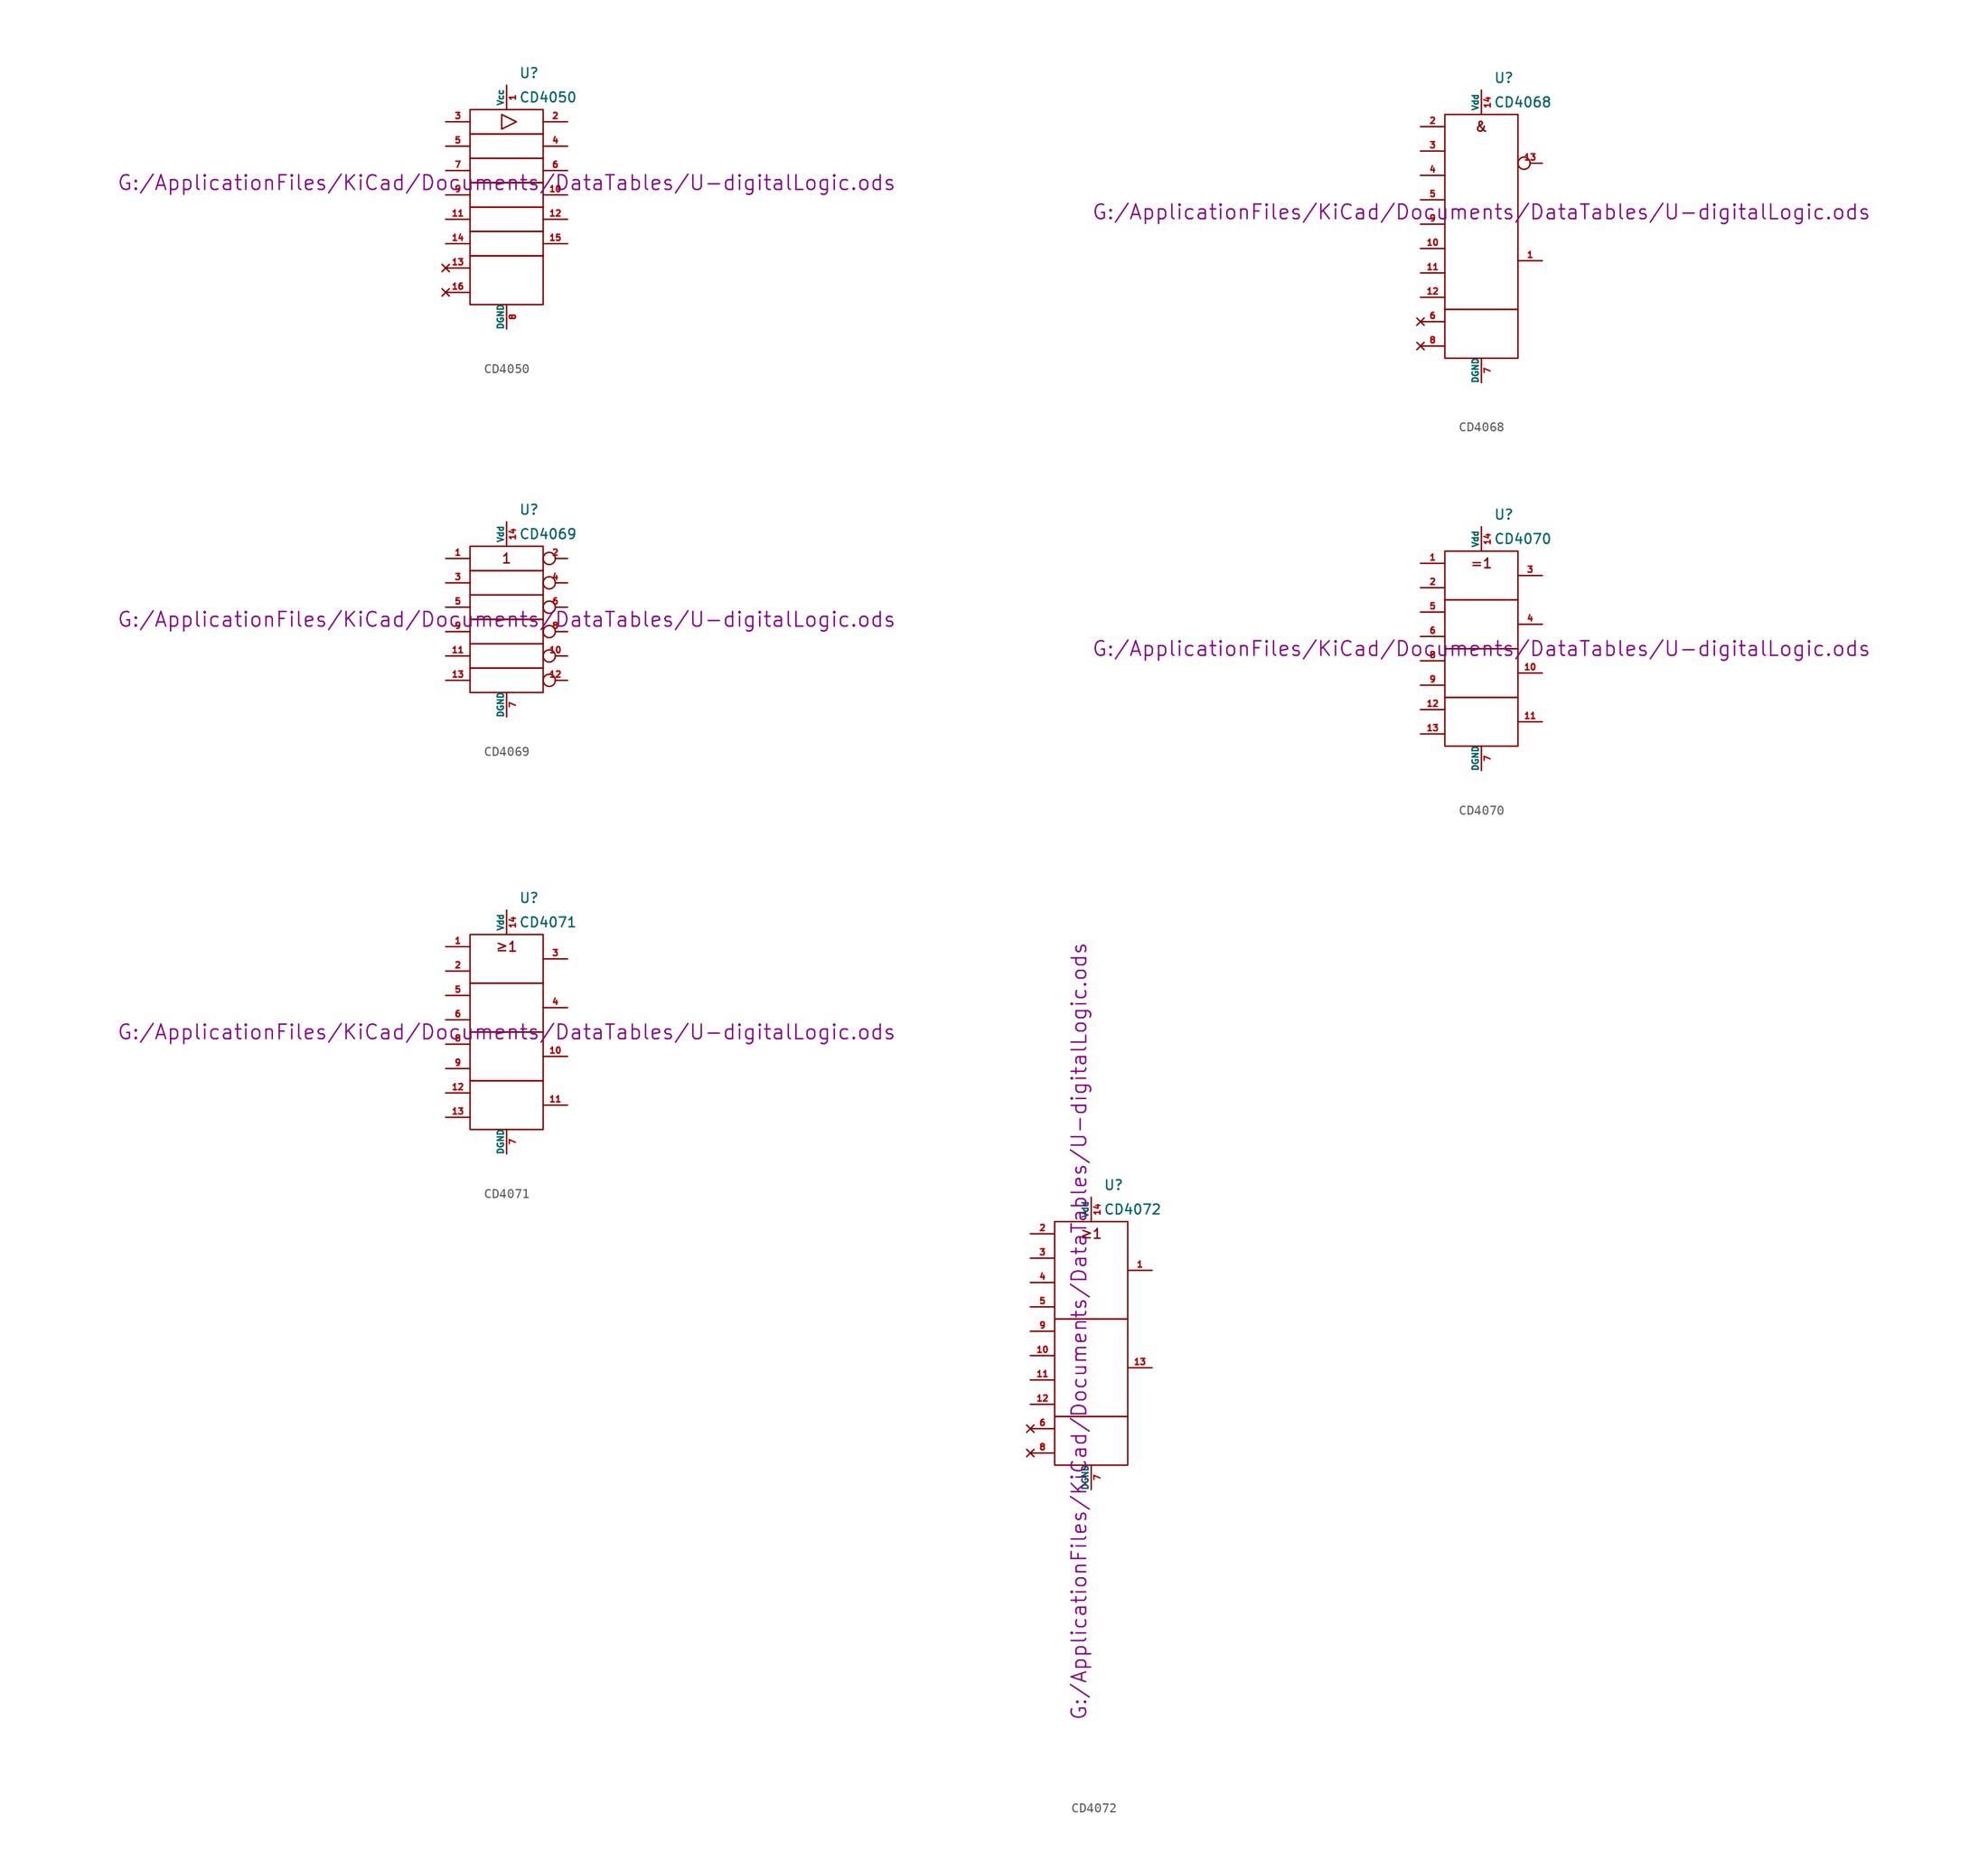
<source format=kicad_sym>
(kicad_symbol_lib
  (version 20211014)
  (generator kicad_symbol_editor)
  (symbol "CD4050"
    (pin_names
      (offset 0))
    (property "Reference" "U"
      (at 1.27 13.97 0)
      (effects (font (size 1.016 1.016)) (justify left)))
    (property "Value" "CD4050"
      (at 1.27 11.43 0)
      (effects (font (size 1.016 1.016)) (justify left)))
    (property "Footprint" ""
      (at 0 2.54 0)
      (effects (font (size 1.524 1.524))))
    (property "Datasheet" "G:/ApplicationFiles/KiCad/Documents/DataTables/U-digitalLogic.ods"
      (at 0 2.54 0)
      (effects (font (size 1.524 1.524))))
    (symbol "CD4050_0_0"
      (polyline (pts (xy -0.508 9.652) (xy -0.508 8.128) (xy 1.016 8.89) (xy -0.508 9.652)) (stroke (width 0) (type default) (color 0 0 0 0)) (fill (type none))))
    (symbol "CD4050_0_1"
      (rectangle (start -3.81 -10.16) (end 3.81 -5.08) (stroke (width 0) (type default) (color 0 0 0 0)) (fill (type none)))
      (rectangle (start -3.81 -2.54) (end 3.81 -5.08) (stroke (width 0) (type default) (color 0 0 0 0)) (fill (type none)))
      (rectangle (start -3.81 0) (end 3.81 -2.54) (stroke (width 0) (type default) (color 0 0 0 0)) (fill (type none)))
      (rectangle (start -3.81 2.54) (end 3.81 0) (stroke (width 0) (type default) (color 0 0 0 0)) (fill (type none)))
      (rectangle (start -3.81 5.08) (end 3.81 2.54) (stroke (width 0) (type default) (color 0 0 0 0)) (fill (type none)))
      (rectangle (start -3.81 7.62) (end 3.81 5.08) (stroke (width 0) (type default) (color 0 0 0 0)) (fill (type none)))
      (rectangle (start -3.81 10.16) (end 3.81 7.62) (stroke (width 0) (type default) (color 0 0 0 0)) (fill (type none))))
    (symbol "CD4050_1_1"
      (pin power_in line (at 0 12.7 270) (length 2.54) (name "Vcc" (effects (font (size 0.635 0.635)))) (number "1" (effects (font (size 0.635 0.635)))))
      (pin output line (at 6.35 1.27 180) (length 2.54) (name "~" (effects (font (size 0.635 0.635)))) (number "10" (effects (font (size 0.635 0.635)))))
      (pin input line (at -6.35 -1.27 0) (length 2.54) (name "~" (effects (font (size 0.635 0.635)))) (number "11" (effects (font (size 0.635 0.635)))))
      (pin output line (at 6.35 -1.27 180) (length 2.54) (name "~" (effects (font (size 0.635 0.635)))) (number "12" (effects (font (size 0.635 0.635)))))
      (pin no_connect line (at -6.35 -6.35 0) (length 2.54) (name "~" (effects (font (size 0.635 0.635)))) (number "13" (effects (font (size 0.635 0.635)))))
      (pin input line (at -6.35 -3.81 0) (length 2.54) (name "~" (effects (font (size 0.635 0.635)))) (number "14" (effects (font (size 0.635 0.635)))))
      (pin output line (at 6.35 -3.81 180) (length 2.54) (name "~" (effects (font (size 0.635 0.635)))) (number "15" (effects (font (size 0.635 0.635)))))
      (pin no_connect line (at -6.35 -8.89 0) (length 2.54) (name "~" (effects (font (size 0.635 0.635)))) (number "16" (effects (font (size 0.635 0.635)))))
      (pin output line (at 6.35 8.89 180) (length 2.54) (name "~" (effects (font (size 0.635 0.635)))) (number "2" (effects (font (size 0.635 0.635)))))
      (pin input line (at -6.35 8.89 0) (length 2.54) (name "~" (effects (font (size 0.635 0.635)))) (number "3" (effects (font (size 0.635 0.635)))))
      (pin output line (at 6.35 6.35 180) (length 2.54) (name "~" (effects (font (size 0.635 0.635)))) (number "4" (effects (font (size 0.635 0.635)))))
      (pin input line (at -6.35 6.35 0) (length 2.54) (name "~" (effects (font (size 0.635 0.635)))) (number "5" (effects (font (size 0.635 0.635)))))
      (pin output line (at 6.35 3.81 180) (length 2.54) (name "~" (effects (font (size 0.635 0.635)))) (number "6" (effects (font (size 0.635 0.635)))))
      (pin input line (at -6.35 3.81 0) (length 2.54) (name "~" (effects (font (size 0.635 0.635)))) (number "7" (effects (font (size 0.635 0.635)))))
      (pin power_in line (at 0 -12.7 90) (length 2.54) (name "DGND" (effects (font (size 0.635 0.635)))) (number "8" (effects (font (size 0.635 0.635)))))
      (pin input line (at -6.35 1.27 0) (length 2.54) (name "~" (effects (font (size 0.635 0.635)))) (number "9" (effects (font (size 0.635 0.635)))))))
  (symbol "CD4068"
    (pin_names
      (offset 0))
    (property "Reference" "U"
      (at 1.27 16.51 0)
      (effects (font (size 1.016 1.016)) (justify left)))
    (property "Value" "CD4068"
      (at 1.27 13.97 0)
      (effects (font (size 1.016 1.016)) (justify left)))
    (property "Footprint" ""
      (at 0 2.54 0)
      (effects (font (size 1.524 1.524))))
    (property "Datasheet" "G:/ApplicationFiles/KiCad/Documents/DataTables/U-digitalLogic.ods"
      (at 0 2.54 0)
      (effects (font (size 1.524 1.524))))
    (symbol "CD4068_0_0"
      (text "&" (at 0 11.43 0) (effects (font (size 1.016 1.016)))))
    (symbol "CD4068_0_1"
      (rectangle (start -3.81 -7.62) (end 3.81 -12.7) (stroke (width 0) (type default) (color 0 0 0 0)) (fill (type none)))
      (rectangle (start -3.81 12.7) (end 3.81 -7.62) (stroke (width 0) (type default) (color 0 0 0 0)) (fill (type none))))
    (symbol "CD4068_1_1"
      (pin input line (at 6.35 -2.54 180) (length 2.54) (name "~" (effects (font (size 0.635 0.635)))) (number "1" (effects (font (size 0.635 0.635)))))
      (pin input line (at -6.35 -1.27 0) (length 2.54) (name "~" (effects (font (size 0.635 0.635)))) (number "10" (effects (font (size 0.635 0.635)))))
      (pin input line (at -6.35 -3.81 0) (length 2.54) (name "~" (effects (font (size 0.635 0.635)))) (number "11" (effects (font (size 0.635 0.635)))))
      (pin input line (at -6.35 -6.35 0) (length 2.54) (name "~" (effects (font (size 0.635 0.635)))) (number "12" (effects (font (size 0.635 0.635)))))
      (pin input inverted (at 6.35 7.62 180) (length 2.54) (name "~" (effects (font (size 0.635 0.635)))) (number "13" (effects (font (size 0.635 0.635)))))
      (pin power_in line (at 0 15.24 270) (length 2.54) (name "Vdd" (effects (font (size 0.635 0.635)))) (number "14" (effects (font (size 0.635 0.635)))))
      (pin input line (at -6.35 11.43 0) (length 2.54) (name "~" (effects (font (size 0.635 0.635)))) (number "2" (effects (font (size 0.635 0.635)))))
      (pin input line (at -6.35 8.89 0) (length 2.54) (name "~" (effects (font (size 0.635 0.635)))) (number "3" (effects (font (size 0.635 0.635)))))
      (pin input line (at -6.35 6.35 0) (length 2.54) (name "~" (effects (font (size 0.635 0.635)))) (number "4" (effects (font (size 0.635 0.635)))))
      (pin input line (at -6.35 3.81 0) (length 2.54) (name "~" (effects (font (size 0.635 0.635)))) (number "5" (effects (font (size 0.635 0.635)))))
      (pin no_connect line (at -6.35 -8.89 0) (length 2.54) (name "~" (effects (font (size 0.635 0.635)))) (number "6" (effects (font (size 0.635 0.635)))))
      (pin power_in line (at 0 -15.24 90) (length 2.54) (name "DGND" (effects (font (size 0.635 0.635)))) (number "7" (effects (font (size 0.635 0.635)))))
      (pin no_connect line (at -6.35 -11.43 0) (length 2.54) (name "~" (effects (font (size 0.635 0.635)))) (number "8" (effects (font (size 0.635 0.635)))))
      (pin input line (at -6.35 1.27 0) (length 2.54) (name "~" (effects (font (size 0.635 0.635)))) (number "9" (effects (font (size 0.635 0.635)))))))
  (symbol "CD4069"
    (pin_names
      (offset 0))
    (property "Reference" "U"
      (at 1.27 11.43 0)
      (effects (font (size 1.016 1.016)) (justify left)))
    (property "Value" "CD4069"
      (at 1.27 8.89 0)
      (effects (font (size 1.016 1.016)) (justify left)))
    (property "Footprint" ""
      (at 0 0 0)
      (effects (font (size 1.524 1.524))))
    (property "Datasheet" "G:/ApplicationFiles/KiCad/Documents/DataTables/U-digitalLogic.ods"
      (at 0 0 0)
      (effects (font (size 1.524 1.524))))
    (symbol "CD4069_0_0"
      (text "1" (at 0 6.35 0) (effects (font (size 1.016 1.016)))))
    (symbol "CD4069_0_1"
      (rectangle (start -3.81 -5.08) (end 3.81 -7.62) (stroke (width 0) (type default) (color 0 0 0 0)) (fill (type none)))
      (rectangle (start -3.81 -2.54) (end 3.81 -5.08) (stroke (width 0) (type default) (color 0 0 0 0)) (fill (type none)))
      (rectangle (start -3.81 0) (end 3.81 -2.54) (stroke (width 0) (type default) (color 0 0 0 0)) (fill (type none)))
      (rectangle (start -3.81 2.54) (end 3.81 0) (stroke (width 0) (type default) (color 0 0 0 0)) (fill (type none)))
      (rectangle (start -3.81 5.08) (end 3.81 2.54) (stroke (width 0) (type default) (color 0 0 0 0)) (fill (type none)))
      (rectangle (start -3.81 7.62) (end 3.81 5.08) (stroke (width 0) (type default) (color 0 0 0 0)) (fill (type none))))
    (symbol "CD4069_1_1"
      (pin input line (at -6.35 6.35 0) (length 2.54) (name "~" (effects (font (size 0.635 0.635)))) (number "1" (effects (font (size 0.635 0.635)))))
      (pin output inverted (at 6.35 -3.81 180) (length 2.54) (name "~" (effects (font (size 0.635 0.635)))) (number "10" (effects (font (size 0.635 0.635)))))
      (pin input line (at -6.35 -3.81 0) (length 2.54) (name "~" (effects (font (size 0.635 0.635)))) (number "11" (effects (font (size 0.635 0.635)))))
      (pin output inverted (at 6.35 -6.35 180) (length 2.54) (name "~" (effects (font (size 0.635 0.635)))) (number "12" (effects (font (size 0.635 0.635)))))
      (pin input line (at -6.35 -6.35 0) (length 2.54) (name "~" (effects (font (size 0.635 0.635)))) (number "13" (effects (font (size 0.635 0.635)))))
      (pin power_in line (at 0 10.16 270) (length 2.54) (name "Vdd" (effects (font (size 0.635 0.635)))) (number "14" (effects (font (size 0.635 0.635)))))
      (pin output inverted (at 6.35 6.35 180) (length 2.54) (name "~" (effects (font (size 0.635 0.635)))) (number "2" (effects (font (size 0.635 0.635)))))
      (pin input line (at -6.35 3.81 0) (length 2.54) (name "~" (effects (font (size 0.635 0.635)))) (number "3" (effects (font (size 0.635 0.635)))))
      (pin output inverted (at 6.35 3.81 180) (length 2.54) (name "~" (effects (font (size 0.635 0.635)))) (number "4" (effects (font (size 0.635 0.635)))))
      (pin input line (at -6.35 1.27 0) (length 2.54) (name "~" (effects (font (size 0.635 0.635)))) (number "5" (effects (font (size 0.635 0.635)))))
      (pin output inverted (at 6.35 1.27 180) (length 2.54) (name "~" (effects (font (size 0.635 0.635)))) (number "6" (effects (font (size 0.635 0.635)))))
      (pin power_in line (at 0 -10.16 90) (length 2.54) (name "DGND" (effects (font (size 0.635 0.635)))) (number "7" (effects (font (size 0.635 0.635)))))
      (pin output inverted (at 6.35 -1.27 180) (length 2.54) (name "~" (effects (font (size 0.635 0.635)))) (number "8" (effects (font (size 0.635 0.635)))))
      (pin input line (at -6.35 -1.27 0) (length 2.54) (name "~" (effects (font (size 0.635 0.635)))) (number "9" (effects (font (size 0.635 0.635)))))))
  (symbol "CD4070"
    (pin_names
      (offset 0))
    (property "Reference" "U"
      (at 1.27 13.97 0)
      (effects (font (size 1.016 1.016)) (justify left)))
    (property "Value" "CD4070"
      (at 1.27 11.43 0)
      (effects (font (size 1.016 1.016)) (justify left)))
    (property "Footprint" ""
      (at 0 0 0)
      (effects (font (size 1.524 1.524))))
    (property "Datasheet" "G:/ApplicationFiles/KiCad/Documents/DataTables/U-digitalLogic.ods"
      (at 0 0 0)
      (effects (font (size 1.524 1.524))))
    (symbol "CD4070_0_0"
      (text "=1" (at 0 8.89 0) (effects (font (size 1.016 1.016)))))
    (symbol "CD4070_0_1"
      (rectangle (start -3.81 -5.08) (end 3.81 -10.16) (stroke (width 0) (type default) (color 0 0 0 0)) (fill (type none)))
      (rectangle (start -3.81 0) (end 3.81 -5.08) (stroke (width 0) (type default) (color 0 0 0 0)) (fill (type none)))
      (rectangle (start -3.81 5.08) (end 3.81 0) (stroke (width 0) (type default) (color 0 0 0 0)) (fill (type none)))
      (rectangle (start -3.81 10.16) (end 3.81 5.08) (stroke (width 0) (type default) (color 0 0 0 0)) (fill (type none))))
    (symbol "CD4070_1_1"
      (pin input line (at -6.35 8.89 0) (length 2.54) (name "~" (effects (font (size 0.635 0.635)))) (number "1" (effects (font (size 0.635 0.635)))))
      (pin output line (at 6.35 -2.54 180) (length 2.54) (name "~" (effects (font (size 0.635 0.635)))) (number "10" (effects (font (size 0.635 0.635)))))
      (pin output line (at 6.35 -7.62 180) (length 2.54) (name "~" (effects (font (size 0.635 0.635)))) (number "11" (effects (font (size 0.635 0.635)))))
      (pin input line (at -6.35 -6.35 0) (length 2.54) (name "~" (effects (font (size 0.635 0.635)))) (number "12" (effects (font (size 0.635 0.635)))))
      (pin input line (at -6.35 -8.89 0) (length 2.54) (name "~" (effects (font (size 0.635 0.635)))) (number "13" (effects (font (size 0.635 0.635)))))
      (pin power_in line (at 0 12.7 270) (length 2.54) (name "Vdd" (effects (font (size 0.635 0.635)))) (number "14" (effects (font (size 0.635 0.635)))))
      (pin input line (at -6.35 6.35 0) (length 2.54) (name "~" (effects (font (size 0.635 0.635)))) (number "2" (effects (font (size 0.635 0.635)))))
      (pin output line (at 6.35 7.62 180) (length 2.54) (name "~" (effects (font (size 0.635 0.635)))) (number "3" (effects (font (size 0.635 0.635)))))
      (pin output line (at 6.35 2.54 180) (length 2.54) (name "~" (effects (font (size 0.635 0.635)))) (number "4" (effects (font (size 0.635 0.635)))))
      (pin input line (at -6.35 3.81 0) (length 2.54) (name "~" (effects (font (size 0.635 0.635)))) (number "5" (effects (font (size 0.635 0.635)))))
      (pin input line (at -6.35 1.27 0) (length 2.54) (name "~" (effects (font (size 0.635 0.635)))) (number "6" (effects (font (size 0.635 0.635)))))
      (pin power_in line (at 0 -12.7 90) (length 2.54) (name "DGND" (effects (font (size 0.635 0.635)))) (number "7" (effects (font (size 0.635 0.635)))))
      (pin input line (at -6.35 -1.27 0) (length 2.54) (name "~" (effects (font (size 0.635 0.635)))) (number "8" (effects (font (size 0.635 0.635)))))
      (pin input line (at -6.35 -3.81 0) (length 2.54) (name "~" (effects (font (size 0.635 0.635)))) (number "9" (effects (font (size 0.635 0.635)))))))
  (symbol "CD4071"
    (pin_names
      (offset 0))
    (property "Reference" "U"
      (at 1.27 13.97 0)
      (effects (font (size 1.016 1.016)) (justify left)))
    (property "Value" "CD4071"
      (at 1.27 11.43 0)
      (effects (font (size 1.016 1.016)) (justify left)))
    (property "Footprint" ""
      (at 0 0 0)
      (effects (font (size 1.524 1.524))))
    (property "Datasheet" "G:/ApplicationFiles/KiCad/Documents/DataTables/U-digitalLogic.ods"
      (at 0 0 0)
      (effects (font (size 1.524 1.524))))
    (symbol "CD4071_0_0"
      (text "≥1" (at 0 8.89 0) (effects (font (size 1.016 1.016)))))
    (symbol "CD4071_0_1"
      (rectangle (start -3.81 -5.08) (end 3.81 -10.16) (stroke (width 0) (type default) (color 0 0 0 0)) (fill (type none)))
      (rectangle (start -3.81 0) (end 3.81 -5.08) (stroke (width 0) (type default) (color 0 0 0 0)) (fill (type none)))
      (rectangle (start -3.81 5.08) (end 3.81 0) (stroke (width 0) (type default) (color 0 0 0 0)) (fill (type none)))
      (rectangle (start -3.81 10.16) (end 3.81 5.08) (stroke (width 0) (type default) (color 0 0 0 0)) (fill (type none))))
    (symbol "CD4071_1_1"
      (pin input line (at -6.35 8.89 0) (length 2.54) (name "~" (effects (font (size 0.635 0.635)))) (number "1" (effects (font (size 0.635 0.635)))))
      (pin output line (at 6.35 -2.54 180) (length 2.54) (name "~" (effects (font (size 0.635 0.635)))) (number "10" (effects (font (size 0.635 0.635)))))
      (pin output line (at 6.35 -7.62 180) (length 2.54) (name "~" (effects (font (size 0.635 0.635)))) (number "11" (effects (font (size 0.635 0.635)))))
      (pin input line (at -6.35 -6.35 0) (length 2.54) (name "~" (effects (font (size 0.635 0.635)))) (number "12" (effects (font (size 0.635 0.635)))))
      (pin input line (at -6.35 -8.89 0) (length 2.54) (name "~" (effects (font (size 0.635 0.635)))) (number "13" (effects (font (size 0.635 0.635)))))
      (pin power_in line (at 0 12.7 270) (length 2.54) (name "Vdd" (effects (font (size 0.635 0.635)))) (number "14" (effects (font (size 0.635 0.635)))))
      (pin input line (at -6.35 6.35 0) (length 2.54) (name "~" (effects (font (size 0.635 0.635)))) (number "2" (effects (font (size 0.635 0.635)))))
      (pin output line (at 6.35 7.62 180) (length 2.54) (name "~" (effects (font (size 0.635 0.635)))) (number "3" (effects (font (size 0.635 0.635)))))
      (pin output line (at 6.35 2.54 180) (length 2.54) (name "~" (effects (font (size 0.635 0.635)))) (number "4" (effects (font (size 0.635 0.635)))))
      (pin input line (at -6.35 3.81 0) (length 2.54) (name "~" (effects (font (size 0.635 0.635)))) (number "5" (effects (font (size 0.635 0.635)))))
      (pin input line (at -6.35 1.27 0) (length 2.54) (name "~" (effects (font (size 0.635 0.635)))) (number "6" (effects (font (size 0.635 0.635)))))
      (pin power_in line (at 0 -12.7 90) (length 2.54) (name "DGND" (effects (font (size 0.635 0.635)))) (number "7" (effects (font (size 0.635 0.635)))))
      (pin input line (at -6.35 -1.27 0) (length 2.54) (name "~" (effects (font (size 0.635 0.635)))) (number "8" (effects (font (size 0.635 0.635)))))
      (pin input line (at -6.35 -3.81 0) (length 2.54) (name "~" (effects (font (size 0.635 0.635)))) (number "9" (effects (font (size 0.635 0.635)))))))
  (symbol "CD4072"
    (pin_names
      (offset 0))
    (property "Reference" "U"
      (at 1.27 16.51 0)
      (effects (font (size 1.016 1.016)) (justify left)))
    (property "Value" "CD4072"
      (at 1.27 13.97 0)
      (effects (font (size 1.016 1.016)) (justify left)))
    (property "Footprint" ""
      (at -1.27 1.27 90)
      (effects (font (size 1.524 1.524))))
    (property "Datasheet" "G:/ApplicationFiles/KiCad/Documents/DataTables/U-digitalLogic.ods"
      (at -1.27 1.27 90)
      (effects (font (size 1.524 1.524))))
    (symbol "CD4072_0_0"
      (rectangle (start -3.81 2.54) (end 3.81 -7.62) (stroke (width 0) (type default) (color 0 0 0 0)) (fill (type none)))
      (rectangle (start -3.81 12.7) (end 3.81 2.54) (stroke (width 0) (type default) (color 0 0 0 0)) (fill (type none)))
      (text "≥1" (at 0 11.43 0) (effects (font (size 1.016 1.016)))))
    (symbol "CD4072_0_1"
      (rectangle (start -3.81 -7.62) (end 3.81 -12.7) (stroke (width 0) (type default) (color 0 0 0 0)) (fill (type none))))
    (symbol "CD4072_1_1"
      (pin output line (at 6.35 7.62 180) (length 2.54) (name "~" (effects (font (size 0.635 0.635)))) (number "1" (effects (font (size 0.635 0.635)))))
      (pin input line (at -6.35 -1.27 0) (length 2.54) (name "~" (effects (font (size 0.635 0.635)))) (number "10" (effects (font (size 0.635 0.635)))))
      (pin input line (at -6.35 -3.81 0) (length 2.54) (name "~" (effects (font (size 0.635 0.635)))) (number "11" (effects (font (size 0.635 0.635)))))
      (pin input line (at -6.35 -6.35 0) (length 2.54) (name "~" (effects (font (size 0.635 0.635)))) (number "12" (effects (font (size 0.635 0.635)))))
      (pin output line (at 6.35 -2.54 180) (length 2.54) (name "~" (effects (font (size 0.635 0.635)))) (number "13" (effects (font (size 0.635 0.635)))))
      (pin power_in line (at 0 15.24 270) (length 2.54) (name "Vdd" (effects (font (size 0.635 0.635)))) (number "14" (effects (font (size 0.635 0.635)))))
      (pin input line (at -6.35 11.43 0) (length 2.54) (name "~" (effects (font (size 0.635 0.635)))) (number "2" (effects (font (size 0.635 0.635)))))
      (pin input line (at -6.35 8.89 0) (length 2.54) (name "~" (effects (font (size 0.635 0.635)))) (number "3" (effects (font (size 0.635 0.635)))))
      (pin input line (at -6.35 6.35 0) (length 2.54) (name "~" (effects (font (size 0.635 0.635)))) (number "4" (effects (font (size 0.635 0.635)))))
      (pin input line (at -6.35 3.81 0) (length 2.54) (name "~" (effects (font (size 0.635 0.635)))) (number "5" (effects (font (size 0.635 0.635)))))
      (pin no_connect line (at -6.35 -8.89 0) (length 2.54) (name "~" (effects (font (size 0.635 0.635)))) (number "6" (effects (font (size 0.635 0.635)))))
      (pin power_in line (at 0 -15.24 90) (length 2.54) (name "DGND" (effects (font (size 0.635 0.635)))) (number "7" (effects (font (size 0.635 0.635)))))
      (pin no_connect line (at -6.35 -11.43 0) (length 2.54) (name "~" (effects (font (size 0.635 0.635)))) (number "8" (effects (font (size 0.635 0.635)))))
      (pin input line (at -6.35 1.27 0) (length 2.54) (name "~" (effects (font (size 0.635 0.635)))) (number "9" (effects (font (size 0.635 0.635))))))))
</source>
